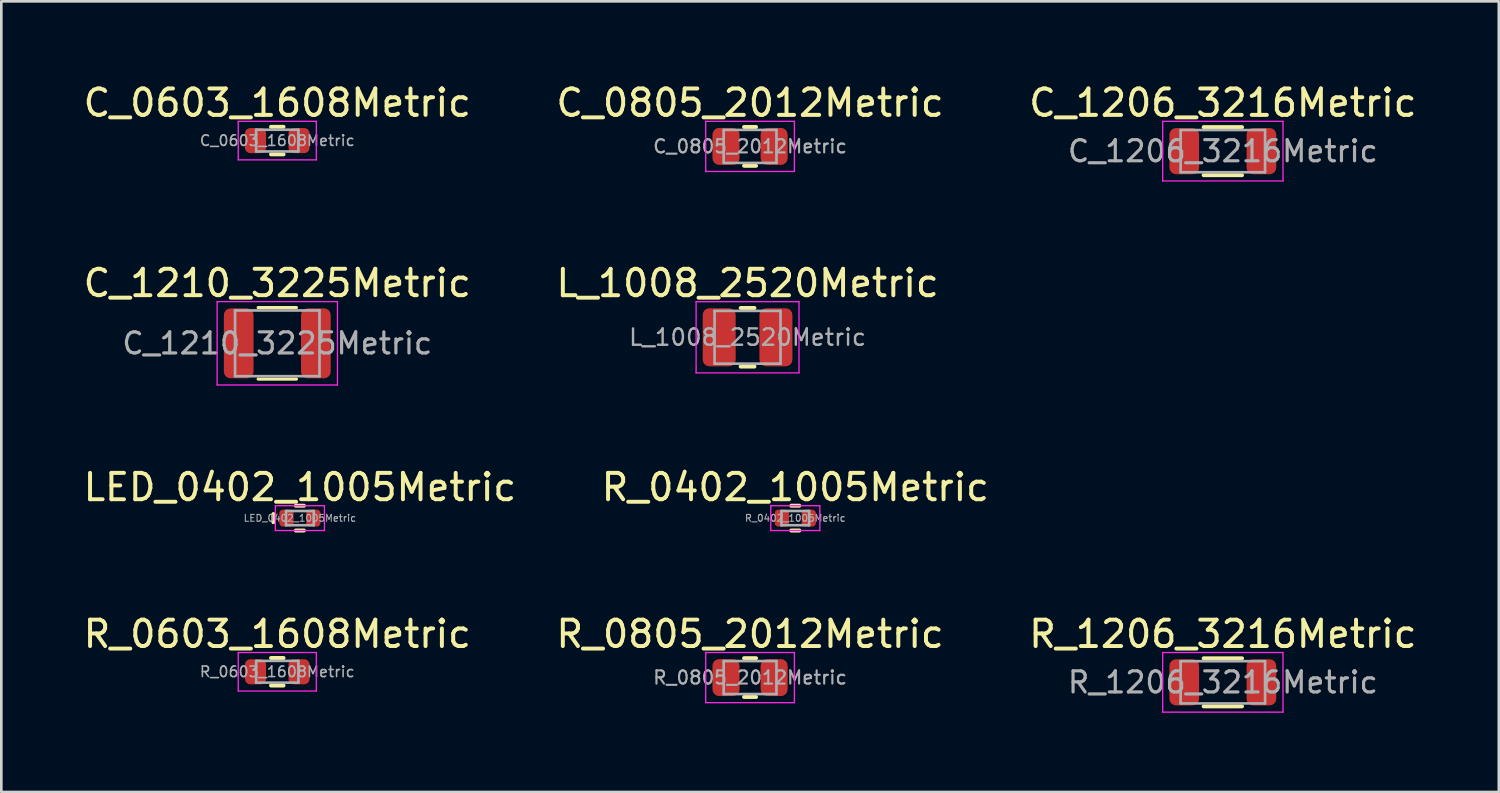
<source format=kicad_pcb>
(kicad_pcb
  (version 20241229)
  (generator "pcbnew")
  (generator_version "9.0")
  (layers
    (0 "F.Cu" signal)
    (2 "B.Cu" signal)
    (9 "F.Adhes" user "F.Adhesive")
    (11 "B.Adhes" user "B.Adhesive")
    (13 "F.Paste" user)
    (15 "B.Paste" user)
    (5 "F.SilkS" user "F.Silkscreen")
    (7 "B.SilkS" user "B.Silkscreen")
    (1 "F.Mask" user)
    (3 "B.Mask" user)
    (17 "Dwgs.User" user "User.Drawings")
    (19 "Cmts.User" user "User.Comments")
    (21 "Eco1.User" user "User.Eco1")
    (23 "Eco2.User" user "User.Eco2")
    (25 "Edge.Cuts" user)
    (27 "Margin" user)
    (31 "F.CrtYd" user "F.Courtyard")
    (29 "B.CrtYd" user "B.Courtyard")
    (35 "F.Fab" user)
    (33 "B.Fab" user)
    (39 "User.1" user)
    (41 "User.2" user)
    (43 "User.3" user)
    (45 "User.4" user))
  (footprint "C_1206_3216Metric"
    (layer "F.Cu")
    (at 43.292 2.678)
    (property "Reference" "C_1206_3216Metric" (at 0 -1.83 0) (layer "F.SilkS") (effects (font (size 1 1) (thickness 0.15))))
    (attr smd)
    (fp_line (start -0.727 -0.91) (end 0.727 -0.91) (stroke (width 0.15) (type solid)) (layer "F.SilkS"))
    (fp_line (start -0.727 0.91) (end 0.727 0.91) (stroke (width 0.15) (type solid)) (layer "F.SilkS"))
    (fp_line (start -2.28 -1.13) (end 2.28 -1.13) (stroke (width 0.05) (type solid)) (layer "F.CrtYd"))
    (fp_line (start -2.28 1.13) (end -2.28 -1.13) (stroke (width 0.05) (type solid)) (layer "F.CrtYd"))
    (fp_line (start 2.28 -1.13) (end 2.28 1.13) (stroke (width 0.05) (type solid)) (layer "F.CrtYd"))
    (fp_line (start 2.28 1.13) (end -2.28 1.13) (stroke (width 0.05) (type solid)) (layer "F.CrtYd"))
    (fp_line (start -1.6 -0.8) (end 1.6 -0.8) (stroke (width 0.1) (type solid)) (layer "F.Fab"))
    (fp_line (start -1.6 0.8) (end -1.6 -0.8) (stroke (width 0.1) (type solid)) (layer "F.Fab"))
    (fp_line (start 1.6 -0.8) (end 1.6 0.8) (stroke (width 0.1) (type solid)) (layer "F.Fab"))
    (fp_line (start 1.6 0.8) (end -1.6 0.8) (stroke (width 0.1) (type solid)) (layer "F.Fab"))
    (fp_text user "${REFERENCE}" (at 0 0 0) (layer "F.Fab") (effects (font (size 0.8 0.8) (thickness 0.12))))
    (pad "1" smd roundrect (at -1.462 0) (size 1.125 1.75) (layers "F.Cu" "F.Mask" "F.Paste") (roundrect_rratio 0.222))
    (pad "2" smd roundrect (at 1.462 0) (size 1.125 1.75) (layers "F.Cu" "F.Mask" "F.Paste") (roundrect_rratio 0.222)))
  (footprint "R_0805_2012Metric"
    (layer "F.Cu")
    (at 25.375 22.628)
    (property "Reference" "R_0805_2012Metric" (at 0 -1.65 0) (layer "F.SilkS") (effects (font (size 1 1) (thickness 0.15))))
    (attr smd)
    (fp_line (start -0.227 -0.735) (end 0.227 -0.735) (stroke (width 0.15) (type solid)) (layer "F.SilkS"))
    (fp_line (start -0.227 0.735) (end 0.227 0.735) (stroke (width 0.15) (type solid)) (layer "F.SilkS"))
    (fp_line (start -1.68 -0.95) (end 1.68 -0.95) (stroke (width 0.05) (type solid)) (layer "F.CrtYd"))
    (fp_line (start -1.68 0.95) (end -1.68 -0.95) (stroke (width 0.05) (type solid)) (layer "F.CrtYd"))
    (fp_line (start 1.68 -0.95) (end 1.68 0.95) (stroke (width 0.05) (type solid)) (layer "F.CrtYd"))
    (fp_line (start 1.68 0.95) (end -1.68 0.95) (stroke (width 0.05) (type solid)) (layer "F.CrtYd"))
    (fp_line (start -1 -0.625) (end 1 -0.625) (stroke (width 0.1) (type solid)) (layer "F.Fab"))
    (fp_line (start -1 0.625) (end -1 -0.625) (stroke (width 0.1) (type solid)) (layer "F.Fab"))
    (fp_line (start 1 -0.625) (end 1 0.625) (stroke (width 0.1) (type solid)) (layer "F.Fab"))
    (fp_line (start 1 0.625) (end -1 0.625) (stroke (width 0.1) (type solid)) (layer "F.Fab"))
    (fp_text user "${REFERENCE}" (at 0 0 0) (layer "F.Fab") (effects (font (size 0.5 0.5) (thickness 0.08))))
    (pad "1" smd roundrect (at -0.912 0) (size 1.025 1.4) (layers "F.Cu" "F.Mask" "F.Paste") (roundrect_rratio 0.244))
    (pad "2" smd roundrect (at 0.912 0) (size 1.025 1.4) (layers "F.Cu" "F.Mask" "F.Paste") (roundrect_rratio 0.244)))
  (footprint "R_1206_3216Metric"
    (layer "F.Cu")
    (at 43.292 22.808)
    (property "Reference" "R_1206_3216Metric" (at 0 -1.83 0) (layer "F.SilkS") (effects (font (size 1 1) (thickness 0.15))))
    (attr smd)
    (fp_line (start -0.727 -0.91) (end 0.727 -0.91) (stroke (width 0.15) (type solid)) (layer "F.SilkS"))
    (fp_line (start -0.727 0.91) (end 0.727 0.91) (stroke (width 0.15) (type solid)) (layer "F.SilkS"))
    (fp_line (start -2.28 -1.13) (end 2.28 -1.13) (stroke (width 0.05) (type solid)) (layer "F.CrtYd"))
    (fp_line (start -2.28 1.13) (end -2.28 -1.13) (stroke (width 0.05) (type solid)) (layer "F.CrtYd"))
    (fp_line (start 2.28 -1.13) (end 2.28 1.13) (stroke (width 0.05) (type solid)) (layer "F.CrtYd"))
    (fp_line (start 2.28 1.13) (end -2.28 1.13) (stroke (width 0.05) (type solid)) (layer "F.CrtYd"))
    (fp_line (start -1.6 -0.8) (end 1.6 -0.8) (stroke (width 0.1) (type solid)) (layer "F.Fab"))
    (fp_line (start -1.6 0.8) (end -1.6 -0.8) (stroke (width 0.1) (type solid)) (layer "F.Fab"))
    (fp_line (start 1.6 -0.8) (end 1.6 0.8) (stroke (width 0.1) (type solid)) (layer "F.Fab"))
    (fp_line (start 1.6 0.8) (end -1.6 0.8) (stroke (width 0.1) (type solid)) (layer "F.Fab"))
    (fp_text user "${REFERENCE}" (at 0 0 0) (layer "F.Fab") (effects (font (size 0.8 0.8) (thickness 0.12))))
    (pad "1" smd roundrect (at -1.462 0) (size 1.125 1.75) (layers "F.Cu" "F.Mask" "F.Paste") (roundrect_rratio 0.222))
    (pad "2" smd roundrect (at 1.462 0) (size 1.125 1.75) (layers "F.Cu" "F.Mask" "F.Paste") (roundrect_rratio 0.222)))
  (footprint "R_0603_1608Metric"
    (layer "F.Cu")
    (at 7.458 22.408)
    (property "Reference" "R_0603_1608Metric" (at 0 -1.43 0) (layer "F.SilkS") (effects (font (size 1 1) (thickness 0.15))))
    (attr smd)
    (fp_line (start -0.237 -0.522) (end 0.237 -0.522) (stroke (width 0.15) (type solid)) (layer "F.SilkS"))
    (fp_line (start -0.237 0.522) (end 0.237 0.522) (stroke (width 0.15) (type solid)) (layer "F.SilkS"))
    (fp_line (start -1.48 -0.73) (end 1.48 -0.73) (stroke (width 0.05) (type solid)) (layer "F.CrtYd"))
    (fp_line (start -1.48 0.73) (end -1.48 -0.73) (stroke (width 0.05) (type solid)) (layer "F.CrtYd"))
    (fp_line (start 1.48 -0.73) (end 1.48 0.73) (stroke (width 0.05) (type solid)) (layer "F.CrtYd"))
    (fp_line (start 1.48 0.73) (end -1.48 0.73) (stroke (width 0.05) (type solid)) (layer "F.CrtYd"))
    (fp_line (start -0.8 -0.412) (end 0.8 -0.412) (stroke (width 0.1) (type solid)) (layer "F.Fab"))
    (fp_line (start -0.8 0.412) (end -0.8 -0.412) (stroke (width 0.1) (type solid)) (layer "F.Fab"))
    (fp_line (start 0.8 -0.412) (end 0.8 0.412) (stroke (width 0.1) (type solid)) (layer "F.Fab"))
    (fp_line (start 0.8 0.412) (end -0.8 0.412) (stroke (width 0.1) (type solid)) (layer "F.Fab"))
    (fp_text user "${REFERENCE}" (at 0 0 0) (layer "F.Fab") (effects (font (size 0.4 0.4) (thickness 0.06))))
    (pad "1" smd roundrect (at -0.825 0) (size 0.8 0.95) (layers "F.Cu" "F.Mask" "F.Paste") (roundrect_rratio 0.25))
    (pad "2" smd roundrect (at 0.825 0) (size 0.8 0.95) (layers "F.Cu" "F.Mask" "F.Paste") (roundrect_rratio 0.25)))
  (footprint "C_0805_2012Metric"
    (layer "F.Cu")
    (at 25.375 2.498)
    (property "Reference" "C_0805_2012Metric" (at 0 -1.65 0) (layer "F.SilkS") (effects (font (size 1 1) (thickness 0.15))))
    (attr smd)
    (fp_line (start -0.227 -0.735) (end 0.227 -0.735) (stroke (width 0.15) (type solid)) (layer "F.SilkS"))
    (fp_line (start -0.227 0.735) (end 0.227 0.735) (stroke (width 0.15) (type solid)) (layer "F.SilkS"))
    (fp_line (start -1.68 -0.95) (end 1.68 -0.95) (stroke (width 0.05) (type solid)) (layer "F.CrtYd"))
    (fp_line (start -1.68 0.95) (end -1.68 -0.95) (stroke (width 0.05) (type solid)) (layer "F.CrtYd"))
    (fp_line (start 1.68 -0.95) (end 1.68 0.95) (stroke (width 0.05) (type solid)) (layer "F.CrtYd"))
    (fp_line (start 1.68 0.95) (end -1.68 0.95) (stroke (width 0.05) (type solid)) (layer "F.CrtYd"))
    (fp_line (start -1 -0.625) (end 1 -0.625) (stroke (width 0.1) (type solid)) (layer "F.Fab"))
    (fp_line (start -1 0.625) (end -1 -0.625) (stroke (width 0.1) (type solid)) (layer "F.Fab"))
    (fp_line (start 1 -0.625) (end 1 0.625) (stroke (width 0.1) (type solid)) (layer "F.Fab"))
    (fp_line (start 1 0.625) (end -1 0.625) (stroke (width 0.1) (type solid)) (layer "F.Fab"))
    (fp_text user "${REFERENCE}" (at 0 0 0) (layer "F.Fab") (effects (font (size 0.5 0.5) (thickness 0.08))))
    (pad "1" smd roundrect (at -0.912 0) (size 1.025 1.4) (layers "F.Cu" "F.Mask" "F.Paste") (roundrect_rratio 0.244))
    (pad "2" smd roundrect (at 0.912 0) (size 1.025 1.4) (layers "F.Cu" "F.Mask" "F.Paste") (roundrect_rratio 0.244)))
  (footprint "R_0402_1005Metric"
    (layer "F.Cu")
    (at 27.089 16.585)
    (property "Reference" "R_0402_1005Metric" (at 0 -1.17 0) (layer "F.SilkS") (effects (font (size 1 1) (thickness 0.15))))
    (attr smd)
    (fp_line (start -0.154 -0.47) (end 0.154 -0.47) (stroke (width 0.15) (type solid)) (layer "F.SilkS"))
    (fp_line (start -0.154 0.47) (end 0.154 0.47) (stroke (width 0.15) (type solid)) (layer "F.SilkS"))
    (fp_line (start -0.93 -0.47) (end 0.93 -0.47) (stroke (width 0.05) (type solid)) (layer "F.CrtYd"))
    (fp_line (start -0.93 0.47) (end -0.93 -0.47) (stroke (width 0.05) (type solid)) (layer "F.CrtYd"))
    (fp_line (start 0.93 -0.47) (end 0.93 0.47) (stroke (width 0.05) (type solid)) (layer "F.CrtYd"))
    (fp_line (start 0.93 0.47) (end -0.93 0.47) (stroke (width 0.05) (type solid)) (layer "F.CrtYd"))
    (fp_line (start -0.525 -0.27) (end 0.525 -0.27) (stroke (width 0.1) (type solid)) (layer "F.Fab"))
    (fp_line (start -0.525 0.27) (end -0.525 -0.27) (stroke (width 0.1) (type solid)) (layer "F.Fab"))
    (fp_line (start 0.525 -0.27) (end 0.525 0.27) (stroke (width 0.1) (type solid)) (layer "F.Fab"))
    (fp_line (start 0.525 0.27) (end -0.525 0.27) (stroke (width 0.1) (type solid)) (layer "F.Fab"))
    (fp_text user "${REFERENCE}" (at 0 0 0) (layer "F.Fab") (effects (font (size 0.26 0.26) (thickness 0.04))))
    (pad "1" smd roundrect (at -0.51 0) (size 0.54 0.64) (layers "F.Cu" "F.Mask" "F.Paste") (roundrect_rratio 0.25))
    (pad "2" smd roundrect (at 0.51 0) (size 0.54 0.64) (layers "F.Cu" "F.Mask" "F.Paste") (roundrect_rratio 0.25)))
  (footprint "C_0603_1608Metric"
    (layer "F.Cu")
    (at 7.458 2.278)
    (property "Reference" "C_0603_1608Metric" (at 0 -1.43 0) (layer "F.SilkS") (effects (font (size 1 1) (thickness 0.15))))
    (attr smd)
    (fp_line (start -0.237 -0.522) (end 0.237 -0.522) (stroke (width 0.15) (type solid)) (layer "F.SilkS"))
    (fp_line (start -0.237 0.522) (end 0.237 0.522) (stroke (width 0.15) (type solid)) (layer "F.SilkS"))
    (fp_line (start -1.48 -0.73) (end 1.48 -0.73) (stroke (width 0.05) (type solid)) (layer "F.CrtYd"))
    (fp_line (start -1.48 0.73) (end -1.48 -0.73) (stroke (width 0.05) (type solid)) (layer "F.CrtYd"))
    (fp_line (start 1.48 -0.73) (end 1.48 0.73) (stroke (width 0.05) (type solid)) (layer "F.CrtYd"))
    (fp_line (start 1.48 0.73) (end -1.48 0.73) (stroke (width 0.05) (type solid)) (layer "F.CrtYd"))
    (fp_line (start -0.8 -0.412) (end 0.8 -0.412) (stroke (width 0.1) (type solid)) (layer "F.Fab"))
    (fp_line (start -0.8 0.412) (end -0.8 -0.412) (stroke (width 0.1) (type solid)) (layer "F.Fab"))
    (fp_line (start 0.8 -0.412) (end 0.8 0.412) (stroke (width 0.1) (type solid)) (layer "F.Fab"))
    (fp_line (start 0.8 0.412) (end -0.8 0.412) (stroke (width 0.1) (type solid)) (layer "F.Fab"))
    (fp_text user "${REFERENCE}" (at 0 0 0) (layer "F.Fab") (effects (font (size 0.4 0.4) (thickness 0.06))))
    (pad "1" smd roundrect (at -0.825 0) (size 0.8 0.95) (layers "F.Cu" "F.Mask" "F.Paste") (roundrect_rratio 0.25))
    (pad "2" smd roundrect (at 0.825 0) (size 0.8 0.95) (layers "F.Cu" "F.Mask" "F.Paste") (roundrect_rratio 0.25)))
  (footprint "LED_0402_1005Metric"
    (layer "F.Cu")
    (at 8.315 16.585)
    (property "Reference" "LED_0402_1005Metric" (at 0 -1.17 0) (layer "F.SilkS") (effects (font (size 1 1) (thickness 0.15))))
    (attr smd)
    (fp_line (start -1.005 0.154) (end -1.005 -0.154) (stroke (width 0.15) (type solid)) (layer "F.SilkS"))
    (fp_line (start -0.154 -0.47) (end 0.154 -0.47) (stroke (width 0.15) (type solid)) (layer "F.SilkS"))
    (fp_line (start -0.154 0.47) (end 0.154 0.47) (stroke (width 0.15) (type solid)) (layer "F.SilkS"))
    (fp_line (start -0.93 -0.47) (end 0.93 -0.47) (stroke (width 0.05) (type solid)) (layer "F.CrtYd"))
    (fp_line (start -0.93 0.47) (end -0.93 -0.47) (stroke (width 0.05) (type solid)) (layer "F.CrtYd"))
    (fp_line (start 0.93 -0.47) (end 0.93 0.47) (stroke (width 0.05) (type solid)) (layer "F.CrtYd"))
    (fp_line (start 0.93 0.47) (end -0.93 0.47) (stroke (width 0.05) (type solid)) (layer "F.CrtYd"))
    (fp_line (start -0.525 -0.27) (end 0.525 -0.27) (stroke (width 0.1) (type solid)) (layer "F.Fab"))
    (fp_line (start -0.525 0.27) (end -0.525 -0.27) (stroke (width 0.1) (type solid)) (layer "F.Fab"))
    (fp_line (start 0.525 -0.27) (end 0.525 0.27) (stroke (width 0.1) (type solid)) (layer "F.Fab"))
    (fp_line (start 0.525 0.27) (end -0.525 0.27) (stroke (width 0.1) (type solid)) (layer "F.Fab"))
    (fp_text user "${REFERENCE}" (at 0 0 0) (layer "F.Fab") (effects (font (size 0.26 0.26) (thickness 0.04))))
    (pad "1" smd roundrect (at -0.51 0) (size 0.54 0.64) (layers "F.Cu" "F.Mask" "F.Paste") (roundrect_rratio 0.25))
    (pad "2" smd roundrect (at 0.51 0) (size 0.54 0.64) (layers "F.Cu" "F.Mask" "F.Paste") (roundrect_rratio 0.25)))
  (footprint "C_1210_3225Metric"
    (layer "F.Cu")
    (at 7.458 9.961)
    (property "Reference" "C_1210_3225Metric" (at 0 -2.28 0) (layer "F.SilkS") (effects (font (size 1 1) (thickness 0.15))))
    (attr smd)
    (fp_line (start -0.724 -1.355) (end 0.724 -1.355) (stroke (width 0.12) (type solid)) (layer "F.SilkS"))
    (fp_line (start -0.724 1.355) (end 0.724 1.355) (stroke (width 0.12) (type solid)) (layer "F.SilkS"))
    (fp_line (start -2.28 -1.58) (end 2.28 -1.58) (stroke (width 0.05) (type solid)) (layer "F.CrtYd"))
    (fp_line (start -2.28 1.58) (end -2.28 -1.58) (stroke (width 0.05) (type solid)) (layer "F.CrtYd"))
    (fp_line (start 2.28 -1.58) (end 2.28 1.58) (stroke (width 0.05) (type solid)) (layer "F.CrtYd"))
    (fp_line (start 2.28 1.58) (end -2.28 1.58) (stroke (width 0.05) (type solid)) (layer "F.CrtYd"))
    (fp_line (start -1.6 -1.245) (end 1.6 -1.245) (stroke (width 0.1) (type solid)) (layer "F.Fab"))
    (fp_line (start -1.6 1.245) (end -1.6 -1.245) (stroke (width 0.1) (type solid)) (layer "F.Fab"))
    (fp_line (start 1.6 -1.245) (end 1.6 1.245) (stroke (width 0.1) (type solid)) (layer "F.Fab"))
    (fp_line (start 1.6 1.245) (end -1.6 1.245) (stroke (width 0.1) (type solid)) (layer "F.Fab"))
    (fp_text user "${REFERENCE}" (at 0 0 0) (layer "F.Fab") (effects (font (size 0.8 0.8) (thickness 0.12))))
    (pad "1" smd roundrect (at -1.462 0) (size 1.125 2.65) (layers "F.Cu" "F.Mask" "F.Paste") (roundrect_rratio 0.222))
    (pad "2" smd roundrect (at 1.462 0) (size 1.125 2.65) (layers "F.Cu" "F.Mask" "F.Paste") (roundrect_rratio 0.222)))
  (footprint "L_1008_2520Metric"
    (layer "F.Cu")
    (at 25.28 9.732)
    (property "Reference" "L_1008_2520Metric" (at 0 -2.05 0) (layer "F.SilkS") (effects (font (size 1 1) (thickness 0.15))))
    (attr smd)
    (fp_line (start -0.261 -1.11) (end 0.261 -1.11) (stroke (width 0.15) (type solid)) (layer "F.SilkS"))
    (fp_line (start -0.261 1.11) (end 0.261 1.11) (stroke (width 0.15) (type solid)) (layer "F.SilkS"))
    (fp_line (start -1.95 -1.35) (end 1.95 -1.35) (stroke (width 0.05) (type solid)) (layer "F.CrtYd"))
    (fp_line (start -1.95 1.35) (end -1.95 -1.35) (stroke (width 0.05) (type solid)) (layer "F.CrtYd"))
    (fp_line (start 1.95 -1.35) (end 1.95 1.35) (stroke (width 0.05) (type solid)) (layer "F.CrtYd"))
    (fp_line (start 1.95 1.35) (end -1.95 1.35) (stroke (width 0.05) (type solid)) (layer "F.CrtYd"))
    (fp_line (start -1.25 -1) (end 1.25 -1) (stroke (width 0.1) (type solid)) (layer "F.Fab"))
    (fp_line (start -1.25 1) (end -1.25 -1) (stroke (width 0.1) (type solid)) (layer "F.Fab"))
    (fp_line (start 1.25 -1) (end 1.25 1) (stroke (width 0.1) (type solid)) (layer "F.Fab"))
    (fp_line (start 1.25 1) (end -1.25 1) (stroke (width 0.1) (type solid)) (layer "F.Fab"))
    (fp_text user "${REFERENCE}" (at 0 0 0) (layer "F.Fab") (effects (font (size 0.62 0.62) (thickness 0.09))))
    (pad "1" smd roundrect (at -1.075 0) (size 1.25 2.2) (layers "F.Cu" "F.Mask" "F.Paste") (roundrect_rratio 0.2))
    (pad "2" smd roundrect (at 1.075 0) (size 1.25 2.2) (layers "F.Cu" "F.Mask" "F.Paste") (roundrect_rratio 0.2)))
  (gr_rect
    (start -3 -3)
    (end 53.75 26.963)
    (stroke (width 0.1) (type default))
    (fill no)
    (layer "Edge.Cuts")))
</source>
